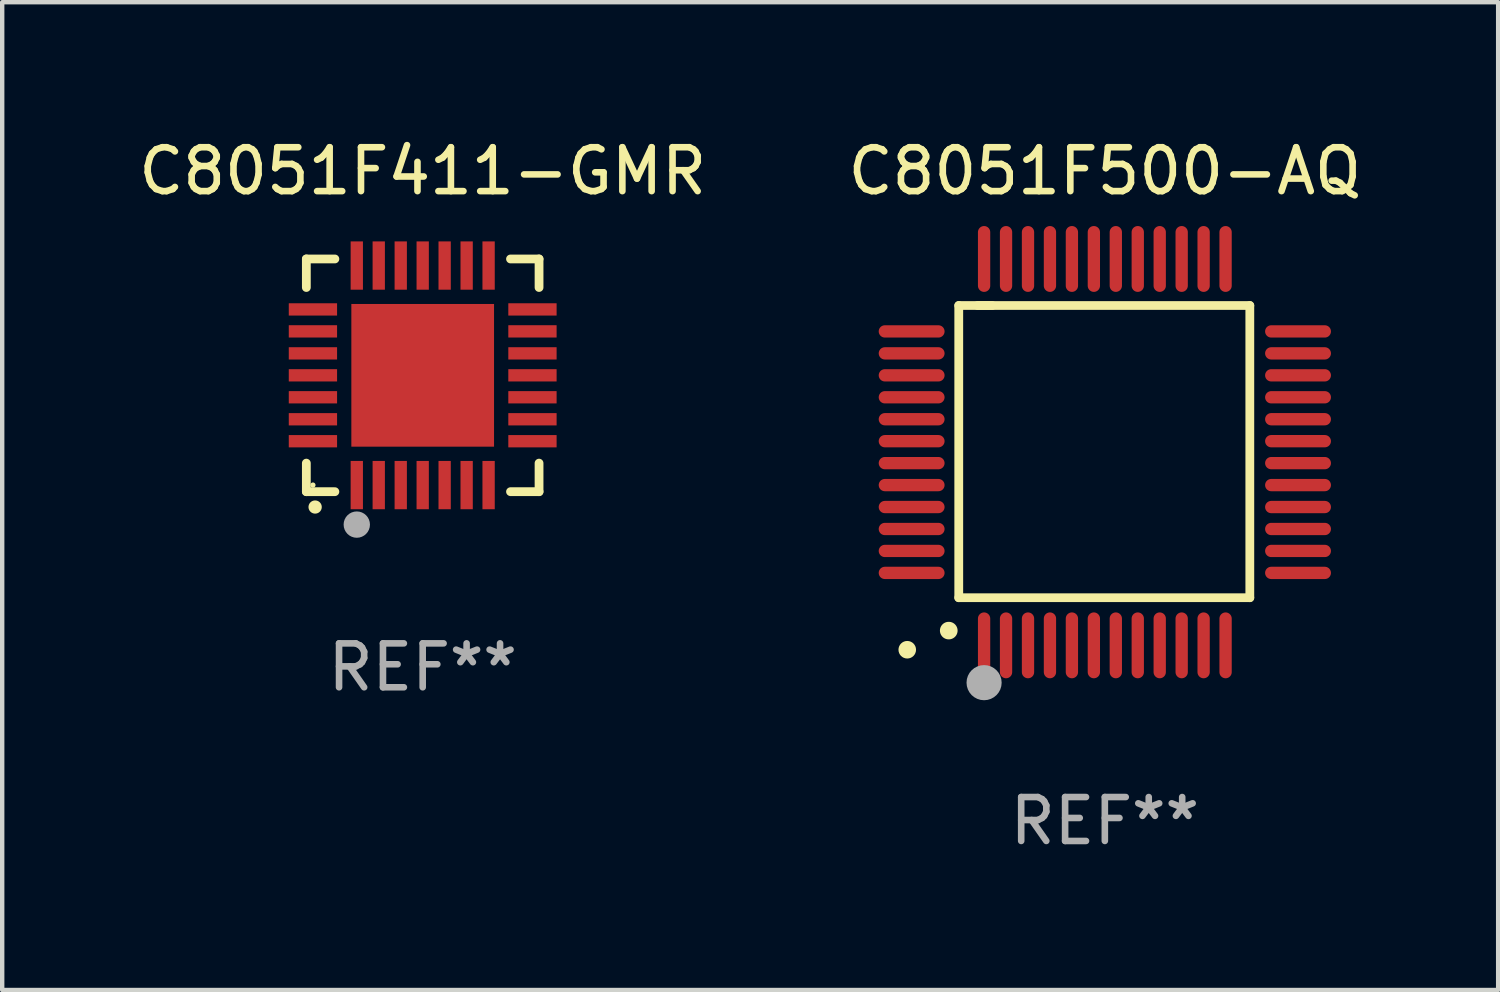
<source format=kicad_pcb>
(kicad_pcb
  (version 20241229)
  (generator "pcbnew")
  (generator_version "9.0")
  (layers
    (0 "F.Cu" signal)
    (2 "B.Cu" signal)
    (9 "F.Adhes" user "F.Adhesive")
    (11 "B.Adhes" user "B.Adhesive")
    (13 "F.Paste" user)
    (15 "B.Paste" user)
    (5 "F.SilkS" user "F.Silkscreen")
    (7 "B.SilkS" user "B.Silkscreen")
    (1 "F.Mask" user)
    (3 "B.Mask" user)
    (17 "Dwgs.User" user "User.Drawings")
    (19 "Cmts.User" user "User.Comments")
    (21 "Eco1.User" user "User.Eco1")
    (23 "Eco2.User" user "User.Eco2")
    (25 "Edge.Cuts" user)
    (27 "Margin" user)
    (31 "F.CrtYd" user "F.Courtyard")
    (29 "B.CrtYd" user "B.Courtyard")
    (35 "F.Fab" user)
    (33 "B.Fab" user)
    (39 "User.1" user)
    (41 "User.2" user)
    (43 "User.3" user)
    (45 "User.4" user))
  (footprint "C8051F411-GMR"
    (layer "F.Cu")
    (at 6.577 5.498)
    (property "Reference" "C8051F411-GMR" (at 0 -4.65 0) (layer "F.SilkS") (effects (font (size 1 1) (thickness 0.15))))
    (attr through_hole)
    (fp_line (start -2.65 -2.65) (end -2.65 -2) (stroke (width 0.2) (type solid)) (layer "F.SilkS"))
    (fp_line (start -2.65 2.65) (end -2.65 2) (stroke (width 0.2) (type solid)) (layer "F.SilkS"))
    (fp_line (start -2 -2.65) (end -2.65 -2.65) (stroke (width 0.2) (type solid)) (layer "F.SilkS"))
    (fp_line (start -2 2.65) (end -2.65 2.65) (stroke (width 0.2) (type solid)) (layer "F.SilkS"))
    (fp_line (start 2 2.65) (end 2.65 2.65) (stroke (width 0.2) (type solid)) (layer "F.SilkS"))
    (fp_line (start 2.65 -2.65) (end 2 -2.65) (stroke (width 0.2) (type solid)) (layer "F.SilkS"))
    (fp_line (start 2.65 -2) (end 2.65 -2.65) (stroke (width 0.2) (type solid)) (layer "F.SilkS"))
    (fp_line (start 2.65 2.65) (end 2.65 2) (stroke (width 0.2) (type solid)) (layer "F.SilkS"))
    (fp_arc (start -2.451105 2.999746) (mid -2.449835 2.999741) (end -2.448565 2.999746) (stroke (width 0.3) (type solid)) (layer "F.SilkS"))
    (fp_circle (center -2.5 2.5) (end -2.47 2.5) (stroke (width 0.06) (type solid)) (fill no) (layer "F.SilkS"))
    (fp_circle (center -1.501 3.4) (end -1.351 3.4) (stroke (width 0.3) (type solid)) (fill no) (layer "F.Fab"))
    (fp_text user "REF**" (at 0 6.65 0) (layer "F.Fab") (effects (font (size 1 1) (thickness 0.15))))
    (pad "1" smd rect (at -1.501 2.5 180) (size 0.28 1.1) (layers "F.Cu" "F.Mask" "F.Paste"))
    (pad "2" smd rect (at -1.001 2.5 180) (size 0.28 1.1) (layers "F.Cu" "F.Mask" "F.Paste"))
    (pad "3" smd rect (at -0.5 2.5 180) (size 0.28 1.1) (layers "F.Cu" "F.Mask" "F.Paste"))
    (pad "4" smd rect (at 0.000076 2.5 180) (size 0.28 1.1) (layers "F.Cu" "F.Mask" "F.Paste"))
    (pad "5" smd rect (at 0.5 2.5 180) (size 0.28 1.1) (layers "F.Cu" "F.Mask" "F.Paste"))
    (pad "6" smd rect (at 1.001 2.5 180) (size 0.28 1.1) (layers "F.Cu" "F.Mask" "F.Paste"))
    (pad "7" smd rect (at 1.501 2.5 180) (size 0.28 1.1) (layers "F.Cu" "F.Mask" "F.Paste"))
    (pad "8" smd rect (at 2.5 1.501 90) (size 0.28 1.1) (layers "F.Cu" "F.Mask" "F.Paste"))
    (pad "9" smd rect (at 2.5 1.001 90) (size 0.28 1.1) (layers "F.Cu" "F.Mask" "F.Paste"))
    (pad "10" smd rect (at 2.5 0.5 90) (size 0.28 1.1) (layers "F.Cu" "F.Mask" "F.Paste"))
    (pad "11" smd rect (at 2.5 0.000076 90) (size 0.28 1.1) (layers "F.Cu" "F.Mask" "F.Paste"))
    (pad "12" smd rect (at 2.5 -0.5 90) (size 0.28 1.1) (layers "F.Cu" "F.Mask" "F.Paste"))
    (pad "13" smd rect (at 2.5 -1.001 90) (size 0.28 1.1) (layers "F.Cu" "F.Mask" "F.Paste"))
    (pad "14" smd rect (at 2.5 -1.501 90) (size 0.28 1.1) (layers "F.Cu" "F.Mask" "F.Paste"))
    (pad "15" smd rect (at 1.501 -2.5 180) (size 0.28 1.1) (layers "F.Cu" "F.Mask" "F.Paste"))
    (pad "16" smd rect (at 1.001 -2.5 180) (size 0.28 1.1) (layers "F.Cu" "F.Mask" "F.Paste"))
    (pad "17" smd rect (at 0.5 -2.5 180) (size 0.28 1.1) (layers "F.Cu" "F.Mask" "F.Paste"))
    (pad "18" smd rect (at 0.000076 -2.5 180) (size 0.28 1.1) (layers "F.Cu" "F.Mask" "F.Paste"))
    (pad "19" smd rect (at -0.5 -2.5 180) (size 0.28 1.1) (layers "F.Cu" "F.Mask" "F.Paste"))
    (pad "20" smd rect (at -1.001 -2.5 180) (size 0.28 1.1) (layers "F.Cu" "F.Mask" "F.Paste"))
    (pad "21" smd rect (at -1.501 -2.5 180) (size 0.28 1.1) (layers "F.Cu" "F.Mask" "F.Paste"))
    (pad "22" smd rect (at -2.5 -1.501 90) (size 0.28 1.1) (layers "F.Cu" "F.Mask" "F.Paste"))
    (pad "23" smd rect (at -2.5 -1.001 90) (size 0.28 1.1) (layers "F.Cu" "F.Mask" "F.Paste"))
    (pad "24" smd rect (at -2.5 -0.5 90) (size 0.28 1.1) (layers "F.Cu" "F.Mask" "F.Paste"))
    (pad "25" smd rect (at -2.5 0.000076 90) (size 0.28 1.1) (layers "F.Cu" "F.Mask" "F.Paste"))
    (pad "26" smd rect (at -2.5 0.5 90) (size 0.28 1.1) (layers "F.Cu" "F.Mask" "F.Paste"))
    (pad "27" smd rect (at -2.5 1.001 90) (size 0.28 1.1) (layers "F.Cu" "F.Mask" "F.Paste"))
    (pad "28" smd rect (at -2.5 1.501 90) (size 0.28 1.1) (layers "F.Cu" "F.Mask" "F.Paste"))
    (pad "29" smd rect (at 0.000076 0.000076 90) (size 3.25 3.25) (layers "F.Cu" "F.Mask" "F.Paste")))
  (footprint "C8051F500-AQ"
    (layer "F.Cu")
    (at 22.113 7.248)
    (property "Reference" "C8051F500-AQ" (at 0 -6.4 0) (layer "F.SilkS") (effects (font (size 1 1) (thickness 0.15))))
    (attr through_hole)
    (fp_line (start -3.327 -3.34) (end -2.565 -3.34) (stroke (width 0.2) (type solid)) (layer "F.SilkS"))
    (fp_line (start -3.327 3.315) (end -3.327 -3.34) (stroke (width 0.2) (type solid)) (layer "F.SilkS"))
    (fp_line (start -2.896 -3.34) (end 3.302 -3.34) (stroke (width 0.2) (type solid)) (layer "F.SilkS"))
    (fp_line (start 3.302 -3.34) (end 3.302 3.315) (stroke (width 0.2) (type solid)) (layer "F.SilkS"))
    (fp_line (start 3.302 3.315) (end -3.327 3.315) (stroke (width 0.2) (type solid)) (layer "F.SilkS"))
    (fp_arc (start -3.556007 4.064008) (mid -3.554737 4.064004) (end -3.553467 4.064008) (stroke (width 0.4) (type solid)) (layer "F.SilkS"))
    (fp_circle (center -4.5 4.5) (end -4.4 4.5) (stroke (width 0.2) (type solid)) (fill no) (layer "F.SilkS"))
    (fp_circle (center -2.75 5.25) (end -2.55 5.25) (stroke (width 0.4) (type solid)) (fill no) (layer "F.Fab"))
    (fp_text user "REF**" (at 0 8.4 0) (layer "F.Fab") (effects (font (size 1 1) (thickness 0.15))))
    (pad "1" smd oval (at -2.75 4.4 180) (size 0.28 1.5) (layers "F.Cu" "F.Mask" "F.Paste"))
    (pad "2" smd oval (at -2.25 4.4 180) (size 0.28 1.5) (layers "F.Cu" "F.Mask" "F.Paste"))
    (pad "3" smd oval (at -1.75 4.4 180) (size 0.28 1.5) (layers "F.Cu" "F.Mask" "F.Paste"))
    (pad "4" smd oval (at -1.25 4.4 180) (size 0.28 1.5) (layers "F.Cu" "F.Mask" "F.Paste"))
    (pad "5" smd oval (at -0.75 4.4 180) (size 0.28 1.5) (layers "F.Cu" "F.Mask" "F.Paste"))
    (pad "6" smd oval (at -0.25 4.4 180) (size 0.28 1.5) (layers "F.Cu" "F.Mask" "F.Paste"))
    (pad "7" smd oval (at 0.25 4.4 180) (size 0.28 1.5) (layers "F.Cu" "F.Mask" "F.Paste"))
    (pad "8" smd oval (at 0.75 4.4 180) (size 0.28 1.5) (layers "F.Cu" "F.Mask" "F.Paste"))
    (pad "9" smd oval (at 1.25 4.4 180) (size 0.28 1.5) (layers "F.Cu" "F.Mask" "F.Paste"))
    (pad "10" smd oval (at 1.75 4.4 180) (size 0.28 1.5) (layers "F.Cu" "F.Mask" "F.Paste"))
    (pad "11" smd oval (at 2.25 4.4 180) (size 0.28 1.5) (layers "F.Cu" "F.Mask" "F.Paste"))
    (pad "12" smd oval (at 2.75 4.4 180) (size 0.28 1.5) (layers "F.Cu" "F.Mask" "F.Paste"))
    (pad "13" smd oval (at 4.4 2.75 90) (size 0.28 1.5) (layers "F.Cu" "F.Mask" "F.Paste"))
    (pad "14" smd oval (at 4.4 2.25 90) (size 0.28 1.5) (layers "F.Cu" "F.Mask" "F.Paste"))
    (pad "15" smd oval (at 4.4 1.75 90) (size 0.28 1.5) (layers "F.Cu" "F.Mask" "F.Paste"))
    (pad "16" smd oval (at 4.4 1.25 90) (size 0.28 1.5) (layers "F.Cu" "F.Mask" "F.Paste"))
    (pad "17" smd oval (at 4.4 0.75 90) (size 0.28 1.5) (layers "F.Cu" "F.Mask" "F.Paste"))
    (pad "18" smd oval (at 4.4 0.25 90) (size 0.28 1.5) (layers "F.Cu" "F.Mask" "F.Paste"))
    (pad "19" smd oval (at 4.4 -0.25 90) (size 0.28 1.5) (layers "F.Cu" "F.Mask" "F.Paste"))
    (pad "20" smd oval (at 4.4 -0.75 90) (size 0.28 1.5) (layers "F.Cu" "F.Mask" "F.Paste"))
    (pad "21" smd oval (at 4.4 -1.25 90) (size 0.28 1.5) (layers "F.Cu" "F.Mask" "F.Paste"))
    (pad "22" smd oval (at 4.4 -1.75 90) (size 0.28 1.5) (layers "F.Cu" "F.Mask" "F.Paste"))
    (pad "23" smd oval (at 4.4 -2.25 90) (size 0.28 1.5) (layers "F.Cu" "F.Mask" "F.Paste"))
    (pad "24" smd oval (at 4.4 -2.75 90) (size 0.28 1.5) (layers "F.Cu" "F.Mask" "F.Paste"))
    (pad "25" smd oval (at 2.75 -4.4 180) (size 0.28 1.5) (layers "F.Cu" "F.Mask" "F.Paste"))
    (pad "26" smd oval (at 2.25 -4.4 180) (size 0.28 1.5) (layers "F.Cu" "F.Mask" "F.Paste"))
    (pad "27" smd oval (at 1.75 -4.4 180) (size 0.28 1.5) (layers "F.Cu" "F.Mask" "F.Paste"))
    (pad "28" smd oval (at 1.25 -4.4 180) (size 0.28 1.5) (layers "F.Cu" "F.Mask" "F.Paste"))
    (pad "29" smd oval (at 0.75 -4.4 180) (size 0.28 1.5) (layers "F.Cu" "F.Mask" "F.Paste"))
    (pad "30" smd oval (at 0.25 -4.4 180) (size 0.28 1.5) (layers "F.Cu" "F.Mask" "F.Paste"))
    (pad "31" smd oval (at -0.25 -4.4 180) (size 0.28 1.5) (layers "F.Cu" "F.Mask" "F.Paste"))
    (pad "32" smd oval (at -0.75 -4.4 180) (size 0.28 1.5) (layers "F.Cu" "F.Mask" "F.Paste"))
    (pad "33" smd oval (at -1.25 -4.4 180) (size 0.28 1.5) (layers "F.Cu" "F.Mask" "F.Paste"))
    (pad "34" smd oval (at -1.75 -4.4 180) (size 0.28 1.5) (layers "F.Cu" "F.Mask" "F.Paste"))
    (pad "35" smd oval (at -2.25 -4.4 180) (size 0.28 1.5) (layers "F.Cu" "F.Mask" "F.Paste"))
    (pad "36" smd oval (at -2.75 -4.4 180) (size 0.28 1.5) (layers "F.Cu" "F.Mask" "F.Paste"))
    (pad "37" smd oval (at -4.4 -2.75 90) (size 0.28 1.5) (layers "F.Cu" "F.Mask" "F.Paste"))
    (pad "38" smd oval (at -4.4 -2.25 90) (size 0.28 1.5) (layers "F.Cu" "F.Mask" "F.Paste"))
    (pad "39" smd oval (at -4.4 -1.75 90) (size 0.28 1.5) (layers "F.Cu" "F.Mask" "F.Paste"))
    (pad "40" smd oval (at -4.4 -1.25 90) (size 0.28 1.5) (layers "F.Cu" "F.Mask" "F.Paste"))
    (pad "41" smd oval (at -4.4 -0.75 90) (size 0.28 1.5) (layers "F.Cu" "F.Mask" "F.Paste"))
    (pad "42" smd oval (at -4.4 -0.25 90) (size 0.28 1.5) (layers "F.Cu" "F.Mask" "F.Paste"))
    (pad "43" smd oval (at -4.4 0.25 90) (size 0.28 1.5) (layers "F.Cu" "F.Mask" "F.Paste"))
    (pad "44" smd oval (at -4.4 0.75 90) (size 0.28 1.5) (layers "F.Cu" "F.Mask" "F.Paste"))
    (pad "45" smd oval (at -4.4 1.25 90) (size 0.28 1.5) (layers "F.Cu" "F.Mask" "F.Paste"))
    (pad "46" smd oval (at -4.4 1.75 90) (size 0.28 1.5) (layers "F.Cu" "F.Mask" "F.Paste"))
    (pad "47" smd oval (at -4.4 2.25 90) (size 0.28 1.5) (layers "F.Cu" "F.Mask" "F.Paste"))
    (pad "48" smd oval (at -4.4 2.75 90) (size 0.28 1.5) (layers "F.Cu" "F.Mask" "F.Paste")))
  (gr_rect
    (start -3 -3)
    (end 31.071 19.497)
    (stroke (width 0.1) (type default))
    (fill no)
    (layer "Edge.Cuts")))
</source>
